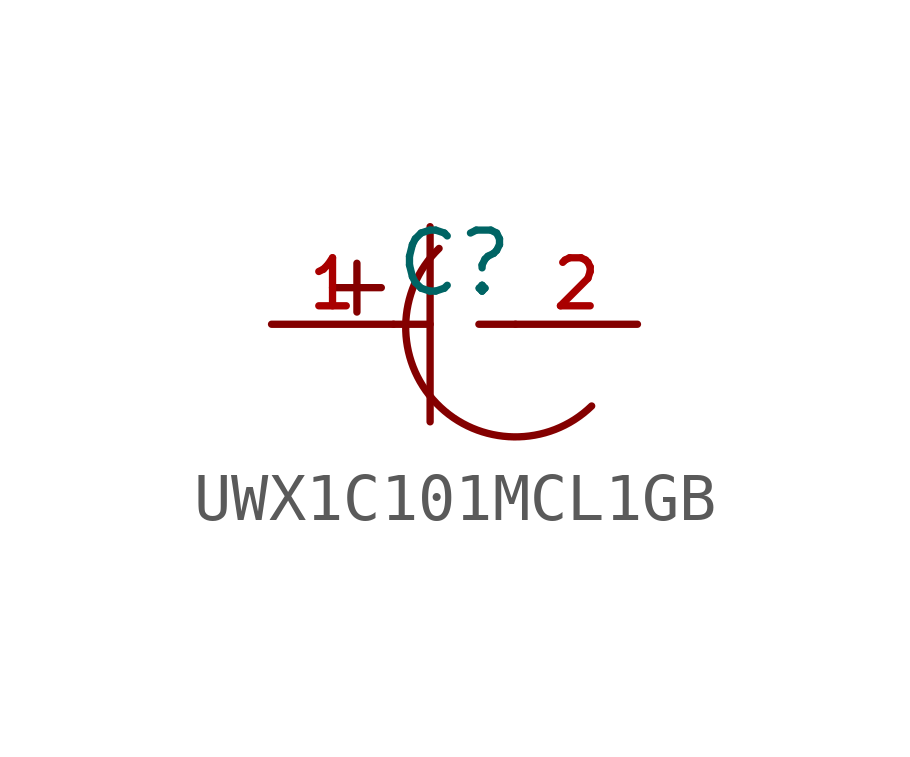
<source format=kicad_sym>
(kicad_symbol_lib
  (version 20210201)
  (generator TousstNicolas/JLC2KiCad_lib)
  (symbol "UWX1C101MCL1GB"
    (pin_names hide)
    (property "Reference" "C"
      (at 0 1.27 0)
      (effects (font (size 1.27 1.27))))
    (symbol "UWX1C101MCL1GB_0_1"
      (polyline (pts (xy -0.508 2.032) (xy -0.508 -2.032)) (stroke (width 0) (type default) (color 0 0 0 0)) (fill (type none)))
      (pin input line (at -3.81 -0.0 0) (length 2.54) (name "1" (effects (font (size 1 1)))) (number "1" (effects (font (size 1 1)))))
      (pin input line (at 3.81 -0.0 180) (length 2.54) (name "2" (effects (font (size 1 1)))) (number "2" (effects (font (size 1 1)))))
      (polyline (pts (xy -1.27 -0.0) (xy -0.508 -0.0)) (stroke (width 0) (type default) (color 0 0 0 0)) (fill (type none)))
      (polyline (pts (xy 0.508 -0.0) (xy 1.27 -0.0)) (stroke (width 0) (type default) (color 0 0 0 0)) (fill (type none)))
      (arc (start 2.8564835439492002 -1.7022661612919765) (mid -0.3760025087646711 -1.6506161322143769) (end -0.3243524796870717 1.5818699204994944) (stroke (width 0) (type default) (color 0 0 0 0)) (fill (type none)))
      (polyline (pts (xy -2.54 0.762) (xy -1.524 0.762)) (stroke (width 0) (type default) (color 0 0 0 0)) (fill (type none)))
      (polyline (pts (xy -2.032 1.27) (xy -2.032 0.254)) (stroke (width 0) (type default) (color 0 0 0 0)) (fill (type none))))))
</source>
